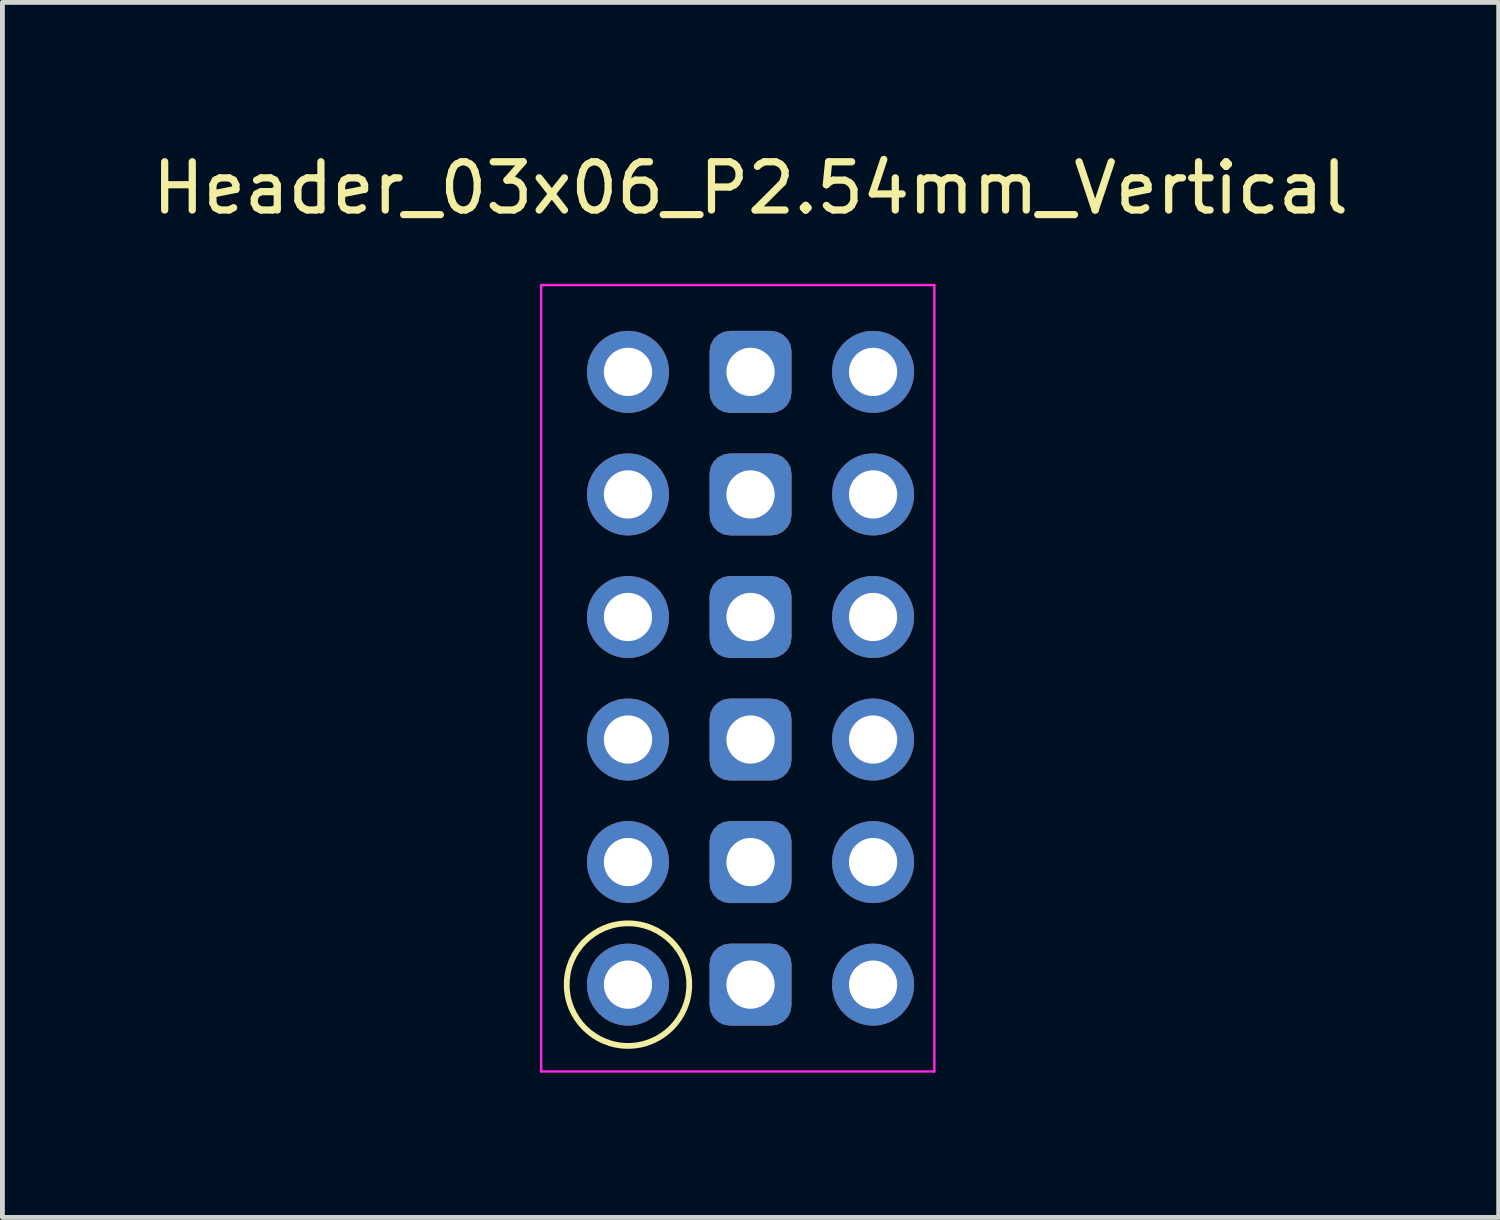
<source format=kicad_pcb>
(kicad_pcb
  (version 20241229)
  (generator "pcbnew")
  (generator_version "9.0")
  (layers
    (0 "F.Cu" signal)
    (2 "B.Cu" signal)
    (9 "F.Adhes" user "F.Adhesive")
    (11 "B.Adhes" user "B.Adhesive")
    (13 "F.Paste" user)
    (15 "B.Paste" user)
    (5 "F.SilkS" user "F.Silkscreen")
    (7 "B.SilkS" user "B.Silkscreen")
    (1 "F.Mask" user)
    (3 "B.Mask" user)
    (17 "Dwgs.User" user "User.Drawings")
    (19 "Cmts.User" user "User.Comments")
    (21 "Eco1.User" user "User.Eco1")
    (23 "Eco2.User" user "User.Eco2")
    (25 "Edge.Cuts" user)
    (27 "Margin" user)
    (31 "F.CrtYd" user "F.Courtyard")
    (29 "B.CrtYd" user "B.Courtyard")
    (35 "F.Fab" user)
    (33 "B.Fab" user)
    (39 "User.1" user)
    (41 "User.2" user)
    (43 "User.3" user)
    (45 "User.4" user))
  (footprint "Header_03x06_P2.54mm_Vertical"
    (layer "F.Cu")
    (at 9.966 4.658)
    (property "Reference" "Header_03x06_P2.54mm_Vertical" (at 2.54 -3.81 0) (layer "F.SilkS") (effects (font (size 1 1) (thickness 0.15))))
    (attr through_hole)
    (fp_circle (center 0 12.7) (end -1.27 12.7) (stroke (width 0.12) (type default)) (fill no) (layer "F.SilkS"))
    (fp_line (start -1.8 -1.8) (end -1.8 14.5) (stroke (width 0.05) (type solid)) (layer "F.CrtYd"))
    (fp_line (start -1.8 14.5) (end 6.35 14.5) (stroke (width 0.05) (type solid)) (layer "F.CrtYd"))
    (fp_line (start 6.35 -1.8) (end -1.8 -1.8) (stroke (width 0.05) (type solid)) (layer "F.CrtYd"))
    (fp_line (start 6.35 14.5) (end 6.35 -1.8) (stroke (width 0.05) (type solid)) (layer "F.CrtYd"))
    (pad "1" thru_hole circle (at 0 12.7 180) (size 1.7 1.7) (drill 1) (layers "*.Cu" "*.Mask"))
    (pad "2" thru_hole oval (at 0 10.16 180) (size 1.7 1.7) (drill 1) (layers "*.Cu" "*.Mask"))
    (pad "3" thru_hole oval (at 0 7.62 180) (size 1.7 1.7) (drill 1) (layers "*.Cu" "*.Mask"))
    (pad "4" thru_hole oval (at 0 5.08 180) (size 1.7 1.7) (drill 1) (layers "*.Cu" "*.Mask"))
    (pad "5" thru_hole oval (at 0 2.54 180) (size 1.7 1.7) (drill 1) (layers "*.Cu" "*.Mask"))
    (pad "6" thru_hole oval (at 0 0 180) (size 1.7 1.7) (drill 1) (layers "*.Cu" "*.Mask"))
    (pad "7" thru_hole circle (at 5.08 0) (size 1.7 1.7) (drill 1) (layers "*.Cu" "*.Mask"))
    (pad "7" thru_hole circle (at 5.08 2.54) (size 1.7 1.7) (drill 1) (layers "*.Cu" "*.Mask"))
    (pad "7" thru_hole circle (at 5.08 5.08) (size 1.7 1.7) (drill 1) (layers "*.Cu" "*.Mask"))
    (pad "7" thru_hole circle (at 5.08 7.62) (size 1.7 1.7) (drill 1) (layers "*.Cu" "*.Mask"))
    (pad "7" thru_hole circle (at 5.08 10.16) (size 1.7 1.7) (drill 1) (layers "*.Cu" "*.Mask"))
    (pad "7" thru_hole circle (at 5.08 12.7) (size 1.7 1.7) (drill 1) (layers "*.Cu" "*.Mask"))
    (pad "8" thru_hole roundrect (at 2.54 0) (size 1.7 1.7) (drill 1) (layers "*.Cu" "*.Mask") (roundrect_rratio 0.25))
    (pad "8" thru_hole roundrect (at 2.54 2.54) (size 1.7 1.7) (drill 1) (layers "*.Cu" "*.Mask") (roundrect_rratio 0.25))
    (pad "8" thru_hole roundrect (at 2.54 5.08) (size 1.7 1.7) (drill 1) (layers "*.Cu" "*.Mask") (roundrect_rratio 0.25))
    (pad "8" thru_hole roundrect (at 2.54 7.62) (size 1.7 1.7) (drill 1) (layers "*.Cu" "*.Mask") (roundrect_rratio 0.25))
    (pad "8" thru_hole roundrect (at 2.54 10.16) (size 1.7 1.7) (drill 1) (layers "*.Cu" "*.Mask") (roundrect_rratio 0.25))
    (pad "8" thru_hole roundrect (at 2.54 12.7) (size 1.7 1.7) (drill 1) (layers "*.Cu" "*.Mask") (roundrect_rratio 0.25)))
  (gr_rect
    (start -3 -3)
    (end 28.012 22.183)
    (stroke (width 0.1) (type default))
    (fill no)
    (layer "Edge.Cuts")))
</source>
